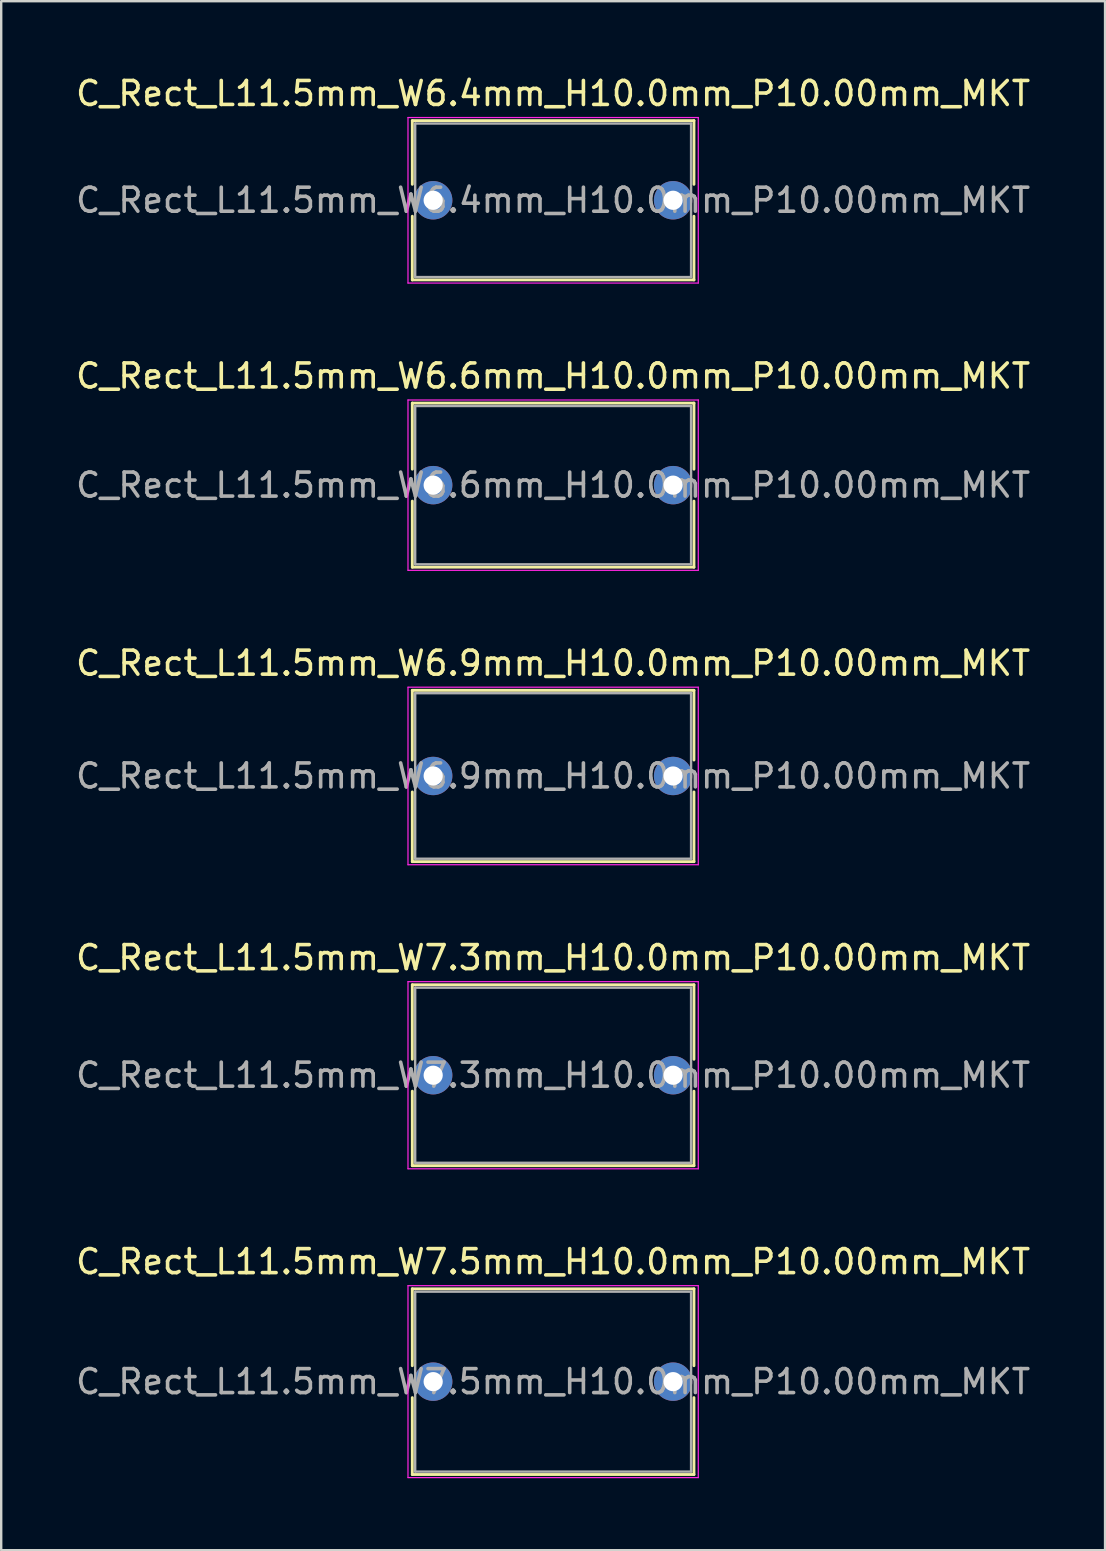
<source format=kicad_pcb>
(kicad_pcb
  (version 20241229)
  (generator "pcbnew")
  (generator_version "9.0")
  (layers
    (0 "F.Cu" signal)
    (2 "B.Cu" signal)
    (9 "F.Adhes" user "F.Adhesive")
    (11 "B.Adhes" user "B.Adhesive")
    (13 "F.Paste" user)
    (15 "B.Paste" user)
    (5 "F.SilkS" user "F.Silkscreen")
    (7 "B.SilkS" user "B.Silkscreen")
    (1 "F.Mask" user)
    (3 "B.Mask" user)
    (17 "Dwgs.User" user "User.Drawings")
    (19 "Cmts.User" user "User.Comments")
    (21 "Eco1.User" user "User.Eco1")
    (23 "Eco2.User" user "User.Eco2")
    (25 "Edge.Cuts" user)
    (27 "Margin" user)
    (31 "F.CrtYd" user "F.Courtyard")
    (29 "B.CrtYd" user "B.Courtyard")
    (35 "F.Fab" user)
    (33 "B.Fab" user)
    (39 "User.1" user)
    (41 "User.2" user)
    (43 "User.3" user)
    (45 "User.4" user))
  (footprint "C_Rect_L11.5mm_W6.6mm_H10.0mm_P10.00mm_MKT"
    (layer "F.Cu")
    (at 15.006 17.172)
    (property "Reference" "C_Rect_L11.5mm_W6.6mm_H10.0mm_P10.00mm_MKT" (at 5 -4.55 0) (layer "F.SilkS") (effects (font (size 1 1) (thickness 0.15))))
    (attr through_hole)
    (fp_line (start -0.87 -3.42) (end -0.87 -0.665) (stroke (width 0.12) (type solid)) (layer "F.SilkS"))
    (fp_line (start -0.87 -3.42) (end 10.87 -3.42) (stroke (width 0.12) (type solid)) (layer "F.SilkS"))
    (fp_line (start -0.87 0.665) (end -0.87 3.42) (stroke (width 0.12) (type solid)) (layer "F.SilkS"))
    (fp_line (start -0.87 3.42) (end 10.87 3.42) (stroke (width 0.12) (type solid)) (layer "F.SilkS"))
    (fp_line (start 10.87 -3.42) (end 10.87 -0.665) (stroke (width 0.12) (type solid)) (layer "F.SilkS"))
    (fp_line (start 10.87 0.665) (end 10.87 3.42) (stroke (width 0.12) (type solid)) (layer "F.SilkS"))
    (fp_line (start -1.05 -3.55) (end -1.05 3.55) (stroke (width 0.05) (type solid)) (layer "F.CrtYd"))
    (fp_line (start -1.05 3.55) (end 11.05 3.55) (stroke (width 0.05) (type solid)) (layer "F.CrtYd"))
    (fp_line (start 11.05 -3.55) (end -1.05 -3.55) (stroke (width 0.05) (type solid)) (layer "F.CrtYd"))
    (fp_line (start 11.05 3.55) (end 11.05 -3.55) (stroke (width 0.05) (type solid)) (layer "F.CrtYd"))
    (fp_line (start -0.75 -3.3) (end -0.75 3.3) (stroke (width 0.1) (type solid)) (layer "F.Fab"))
    (fp_line (start -0.75 3.3) (end 10.75 3.3) (stroke (width 0.1) (type solid)) (layer "F.Fab"))
    (fp_line (start 10.75 -3.3) (end -0.75 -3.3) (stroke (width 0.1) (type solid)) (layer "F.Fab"))
    (fp_line (start 10.75 3.3) (end 10.75 -3.3) (stroke (width 0.1) (type solid)) (layer "F.Fab"))
    (fp_text user "${REFERENCE}" (at 5 0 0) (layer "F.Fab") (effects (font (size 1 1) (thickness 0.15))))
    (pad "1" thru_hole circle (at 0 0) (size 1.6 1.6) (drill 0.8) (layers "*.Cu" "*.Mask"))
    (pad "2" thru_hole circle (at 10 0) (size 1.6 1.6) (drill 0.8) (layers "*.Cu" "*.Mask")))
  (footprint "C_Rect_L11.5mm_W7.3mm_H10.0mm_P10.00mm_MKT"
    (layer "F.Cu")
    (at 15.006 41.768)
    (property "Reference" "C_Rect_L11.5mm_W7.3mm_H10.0mm_P10.00mm_MKT" (at 5 -4.9 0) (layer "F.SilkS") (effects (font (size 1 1) (thickness 0.15))))
    (attr through_hole)
    (fp_line (start -0.87 -3.77) (end -0.87 -0.665) (stroke (width 0.12) (type solid)) (layer "F.SilkS"))
    (fp_line (start -0.87 -3.77) (end 10.87 -3.77) (stroke (width 0.12) (type solid)) (layer "F.SilkS"))
    (fp_line (start -0.87 0.665) (end -0.87 3.77) (stroke (width 0.12) (type solid)) (layer "F.SilkS"))
    (fp_line (start -0.87 3.77) (end 10.87 3.77) (stroke (width 0.12) (type solid)) (layer "F.SilkS"))
    (fp_line (start 10.87 -3.77) (end 10.87 -0.665) (stroke (width 0.12) (type solid)) (layer "F.SilkS"))
    (fp_line (start 10.87 0.665) (end 10.87 3.77) (stroke (width 0.12) (type solid)) (layer "F.SilkS"))
    (fp_line (start -1.05 -3.9) (end -1.05 3.9) (stroke (width 0.05) (type solid)) (layer "F.CrtYd"))
    (fp_line (start -1.05 3.9) (end 11.05 3.9) (stroke (width 0.05) (type solid)) (layer "F.CrtYd"))
    (fp_line (start 11.05 -3.9) (end -1.05 -3.9) (stroke (width 0.05) (type solid)) (layer "F.CrtYd"))
    (fp_line (start 11.05 3.9) (end 11.05 -3.9) (stroke (width 0.05) (type solid)) (layer "F.CrtYd"))
    (fp_line (start -0.75 -3.65) (end -0.75 3.65) (stroke (width 0.1) (type solid)) (layer "F.Fab"))
    (fp_line (start -0.75 3.65) (end 10.75 3.65) (stroke (width 0.1) (type solid)) (layer "F.Fab"))
    (fp_line (start 10.75 -3.65) (end -0.75 -3.65) (stroke (width 0.1) (type solid)) (layer "F.Fab"))
    (fp_line (start 10.75 3.65) (end 10.75 -3.65) (stroke (width 0.1) (type solid)) (layer "F.Fab"))
    (fp_text user "${REFERENCE}" (at 5 0 0) (layer "F.Fab") (effects (font (size 1 1) (thickness 0.15))))
    (pad "1" thru_hole circle (at 0 0) (size 1.6 1.6) (drill 0.8) (layers "*.Cu" "*.Mask"))
    (pad "2" thru_hole circle (at 10 0) (size 1.6 1.6) (drill 0.8) (layers "*.Cu" "*.Mask")))
  (footprint "C_Rect_L11.5mm_W7.5mm_H10.0mm_P10.00mm_MKT"
    (layer "F.Cu")
    (at 15.006 54.541)
    (property "Reference" "C_Rect_L11.5mm_W7.5mm_H10.0mm_P10.00mm_MKT" (at 5 -5 0) (layer "F.SilkS") (effects (font (size 1 1) (thickness 0.15))))
    (attr through_hole)
    (fp_line (start -0.87 -3.87) (end -0.87 -0.665) (stroke (width 0.12) (type solid)) (layer "F.SilkS"))
    (fp_line (start -0.87 -3.87) (end 10.87 -3.87) (stroke (width 0.12) (type solid)) (layer "F.SilkS"))
    (fp_line (start -0.87 0.665) (end -0.87 3.87) (stroke (width 0.12) (type solid)) (layer "F.SilkS"))
    (fp_line (start -0.87 3.87) (end 10.87 3.87) (stroke (width 0.12) (type solid)) (layer "F.SilkS"))
    (fp_line (start 10.87 -3.87) (end 10.87 -0.665) (stroke (width 0.12) (type solid)) (layer "F.SilkS"))
    (fp_line (start 10.87 0.665) (end 10.87 3.87) (stroke (width 0.12) (type solid)) (layer "F.SilkS"))
    (fp_line (start -1.05 -4) (end -1.05 4) (stroke (width 0.05) (type solid)) (layer "F.CrtYd"))
    (fp_line (start -1.05 4) (end 11.05 4) (stroke (width 0.05) (type solid)) (layer "F.CrtYd"))
    (fp_line (start 11.05 -4) (end -1.05 -4) (stroke (width 0.05) (type solid)) (layer "F.CrtYd"))
    (fp_line (start 11.05 4) (end 11.05 -4) (stroke (width 0.05) (type solid)) (layer "F.CrtYd"))
    (fp_line (start -0.75 -3.75) (end -0.75 3.75) (stroke (width 0.1) (type solid)) (layer "F.Fab"))
    (fp_line (start -0.75 3.75) (end 10.75 3.75) (stroke (width 0.1) (type solid)) (layer "F.Fab"))
    (fp_line (start 10.75 -3.75) (end -0.75 -3.75) (stroke (width 0.1) (type solid)) (layer "F.Fab"))
    (fp_line (start 10.75 3.75) (end 10.75 -3.75) (stroke (width 0.1) (type solid)) (layer "F.Fab"))
    (fp_text user "${REFERENCE}" (at 5 0 0) (layer "F.Fab") (effects (font (size 1 1) (thickness 0.15))))
    (pad "1" thru_hole circle (at 0 0) (size 1.6 1.6) (drill 0.8) (layers "*.Cu" "*.Mask"))
    (pad "2" thru_hole circle (at 10 0) (size 1.6 1.6) (drill 0.8) (layers "*.Cu" "*.Mask")))
  (footprint "C_Rect_L11.5mm_W6.4mm_H10.0mm_P10.00mm_MKT"
    (layer "F.Cu")
    (at 15.006 5.298)
    (property "Reference" "C_Rect_L11.5mm_W6.4mm_H10.0mm_P10.00mm_MKT" (at 5 -4.45 0) (layer "F.SilkS") (effects (font (size 1 1) (thickness 0.15))))
    (attr through_hole)
    (fp_line (start -0.87 -3.32) (end -0.87 -0.665) (stroke (width 0.12) (type solid)) (layer "F.SilkS"))
    (fp_line (start -0.87 -3.32) (end 10.87 -3.32) (stroke (width 0.12) (type solid)) (layer "F.SilkS"))
    (fp_line (start -0.87 0.665) (end -0.87 3.32) (stroke (width 0.12) (type solid)) (layer "F.SilkS"))
    (fp_line (start -0.87 3.32) (end 10.87 3.32) (stroke (width 0.12) (type solid)) (layer "F.SilkS"))
    (fp_line (start 10.87 -3.32) (end 10.87 -0.665) (stroke (width 0.12) (type solid)) (layer "F.SilkS"))
    (fp_line (start 10.87 0.665) (end 10.87 3.32) (stroke (width 0.12) (type solid)) (layer "F.SilkS"))
    (fp_line (start -1.05 -3.45) (end -1.05 3.45) (stroke (width 0.05) (type solid)) (layer "F.CrtYd"))
    (fp_line (start -1.05 3.45) (end 11.05 3.45) (stroke (width 0.05) (type solid)) (layer "F.CrtYd"))
    (fp_line (start 11.05 -3.45) (end -1.05 -3.45) (stroke (width 0.05) (type solid)) (layer "F.CrtYd"))
    (fp_line (start 11.05 3.45) (end 11.05 -3.45) (stroke (width 0.05) (type solid)) (layer "F.CrtYd"))
    (fp_line (start -0.75 -3.2) (end -0.75 3.2) (stroke (width 0.1) (type solid)) (layer "F.Fab"))
    (fp_line (start -0.75 3.2) (end 10.75 3.2) (stroke (width 0.1) (type solid)) (layer "F.Fab"))
    (fp_line (start 10.75 -3.2) (end -0.75 -3.2) (stroke (width 0.1) (type solid)) (layer "F.Fab"))
    (fp_line (start 10.75 3.2) (end 10.75 -3.2) (stroke (width 0.1) (type solid)) (layer "F.Fab"))
    (fp_text user "${REFERENCE}" (at 5 0 0) (layer "F.Fab") (effects (font (size 1 1) (thickness 0.15))))
    (pad "1" thru_hole circle (at 0 0) (size 1.6 1.6) (drill 0.8) (layers "*.Cu" "*.Mask"))
    (pad "2" thru_hole circle (at 10 0) (size 1.6 1.6) (drill 0.8) (layers "*.Cu" "*.Mask")))
  (footprint "C_Rect_L11.5mm_W6.9mm_H10.0mm_P10.00mm_MKT"
    (layer "F.Cu")
    (at 15.006 29.295)
    (property "Reference" "C_Rect_L11.5mm_W6.9mm_H10.0mm_P10.00mm_MKT" (at 5 -4.7 0) (layer "F.SilkS") (effects (font (size 1 1) (thickness 0.15))))
    (attr through_hole)
    (fp_line (start -0.87 -3.57) (end -0.87 -0.665) (stroke (width 0.12) (type solid)) (layer "F.SilkS"))
    (fp_line (start -0.87 -3.57) (end 10.87 -3.57) (stroke (width 0.12) (type solid)) (layer "F.SilkS"))
    (fp_line (start -0.87 0.665) (end -0.87 3.57) (stroke (width 0.12) (type solid)) (layer "F.SilkS"))
    (fp_line (start -0.87 3.57) (end 10.87 3.57) (stroke (width 0.12) (type solid)) (layer "F.SilkS"))
    (fp_line (start 10.87 -3.57) (end 10.87 -0.665) (stroke (width 0.12) (type solid)) (layer "F.SilkS"))
    (fp_line (start 10.87 0.665) (end 10.87 3.57) (stroke (width 0.12) (type solid)) (layer "F.SilkS"))
    (fp_line (start -1.05 -3.7) (end -1.05 3.7) (stroke (width 0.05) (type solid)) (layer "F.CrtYd"))
    (fp_line (start -1.05 3.7) (end 11.05 3.7) (stroke (width 0.05) (type solid)) (layer "F.CrtYd"))
    (fp_line (start 11.05 -3.7) (end -1.05 -3.7) (stroke (width 0.05) (type solid)) (layer "F.CrtYd"))
    (fp_line (start 11.05 3.7) (end 11.05 -3.7) (stroke (width 0.05) (type solid)) (layer "F.CrtYd"))
    (fp_line (start -0.75 -3.45) (end -0.75 3.45) (stroke (width 0.1) (type solid)) (layer "F.Fab"))
    (fp_line (start -0.75 3.45) (end 10.75 3.45) (stroke (width 0.1) (type solid)) (layer "F.Fab"))
    (fp_line (start 10.75 -3.45) (end -0.75 -3.45) (stroke (width 0.1) (type solid)) (layer "F.Fab"))
    (fp_line (start 10.75 3.45) (end 10.75 -3.45) (stroke (width 0.1) (type solid)) (layer "F.Fab"))
    (fp_text user "${REFERENCE}" (at 5 0 0) (layer "F.Fab") (effects (font (size 1 1) (thickness 0.15))))
    (pad "1" thru_hole circle (at 0 0) (size 1.6 1.6) (drill 0.8) (layers "*.Cu" "*.Mask"))
    (pad "2" thru_hole circle (at 10 0) (size 1.6 1.6) (drill 0.8) (layers "*.Cu" "*.Mask")))
  (gr_rect
    (start -3 -3)
    (end 43.012 61.566)
    (stroke (width 0.1) (type default))
    (fill no)
    (layer "Edge.Cuts")))
</source>
